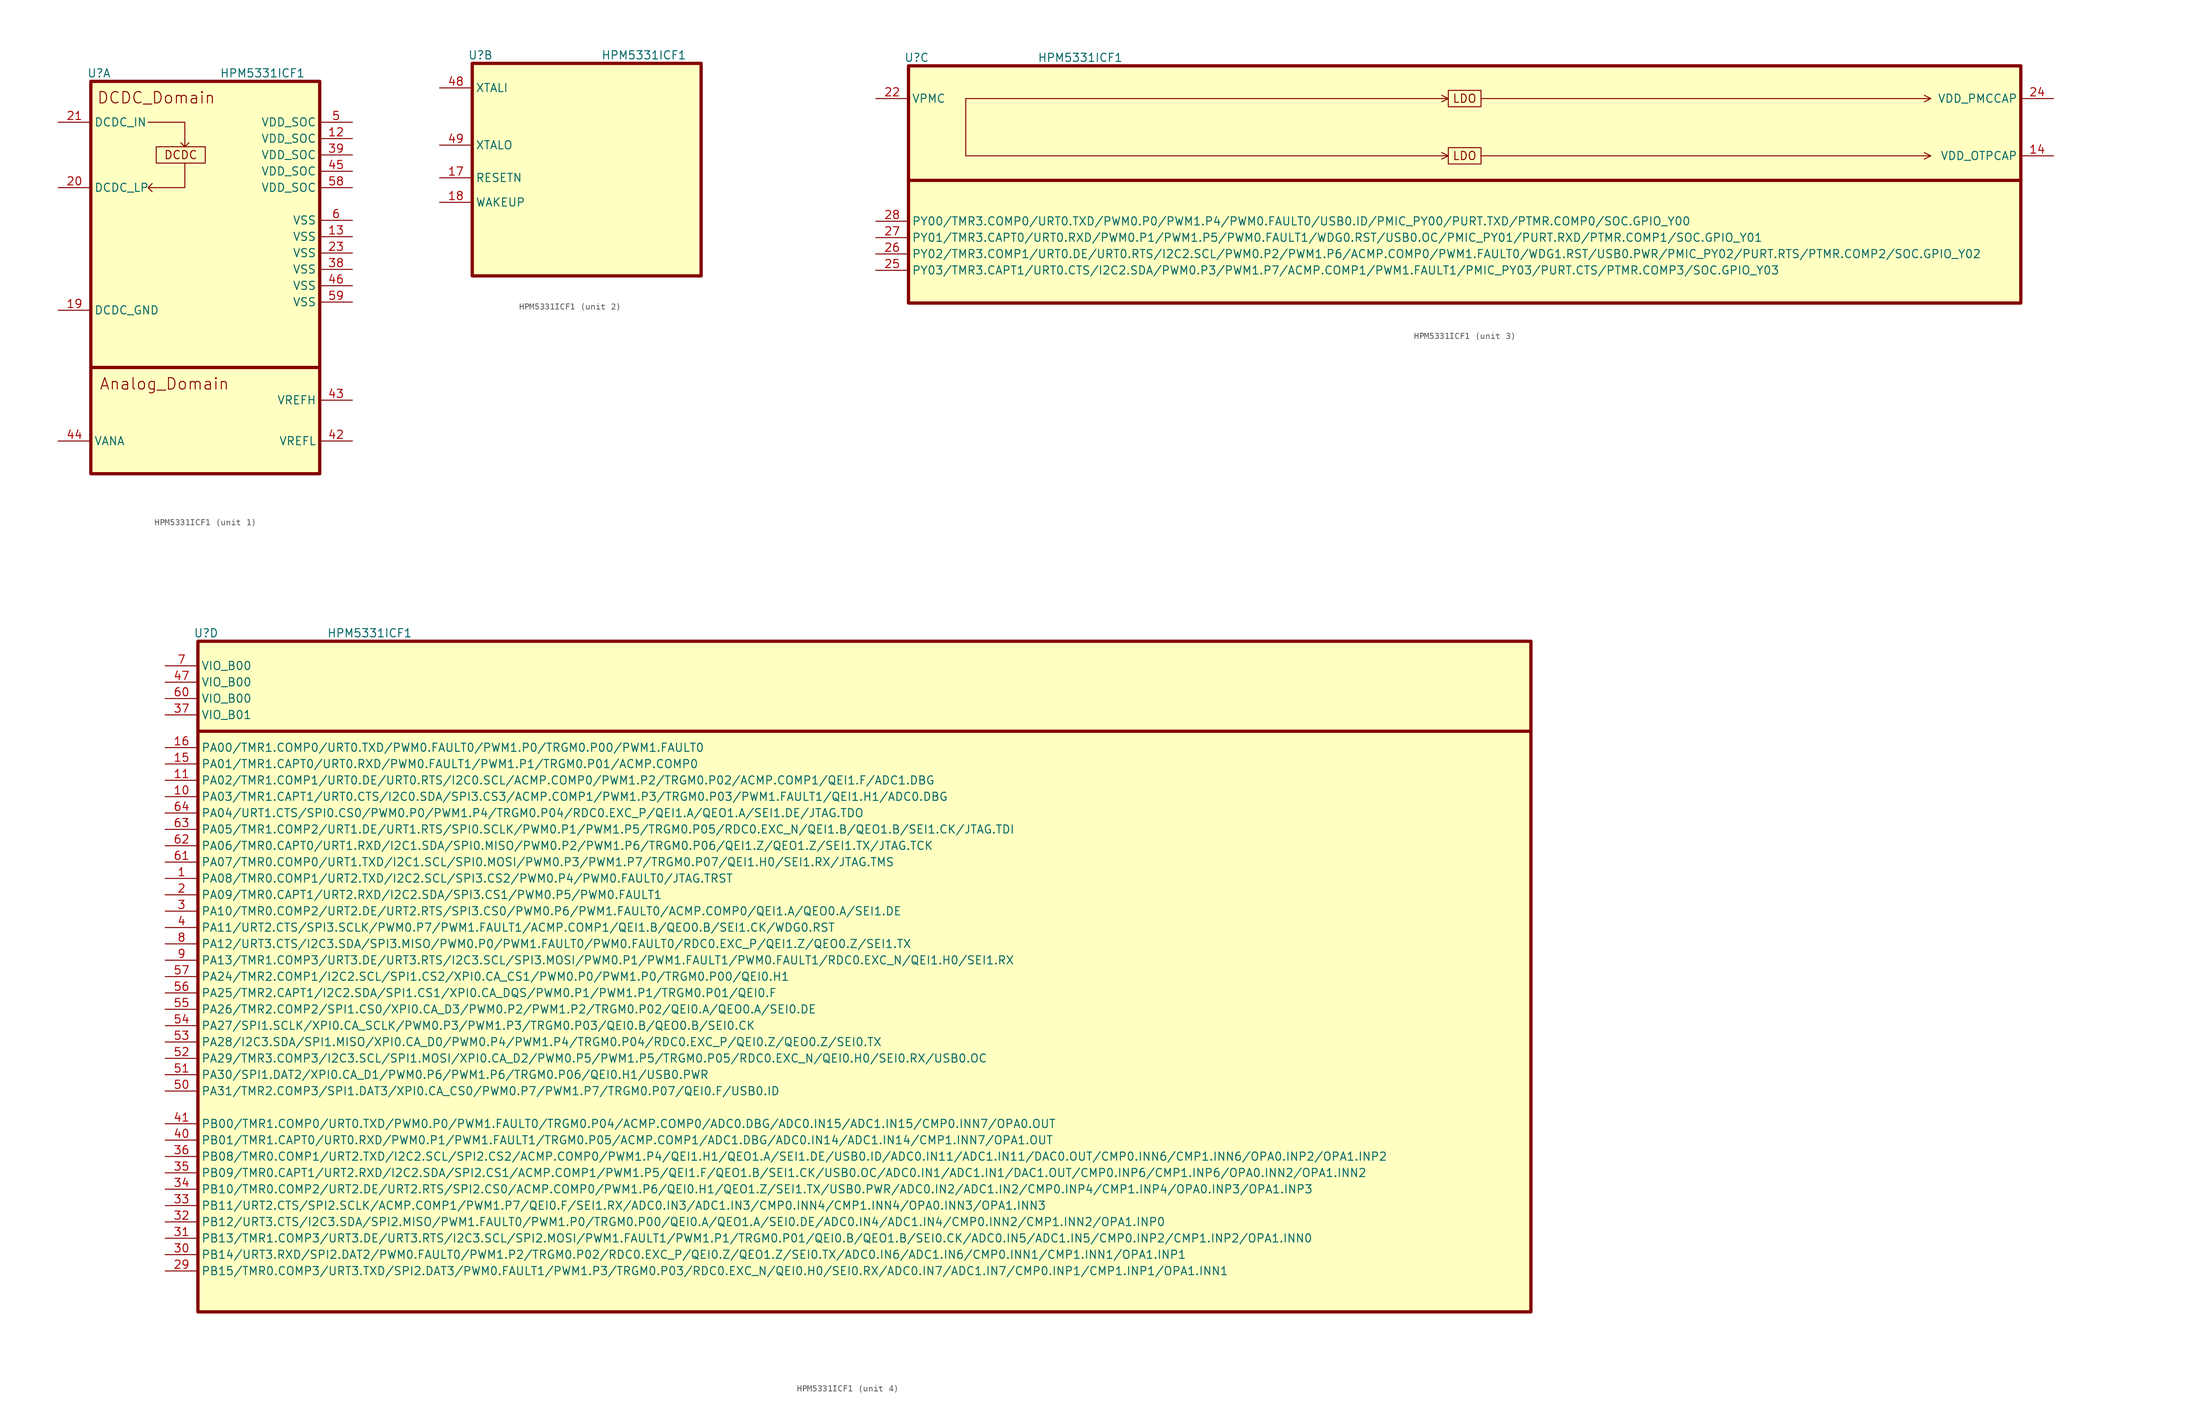
<source format=kicad_sym>
(kicad_symbol_lib
  (version 20220914)
  (generator kicad_symbol_editor)
  (symbol "HPM5331ICF1"
    (property "Reference" "U"
      (at 1.27 1.27 0)
      (effects (font (size 1.27 1.27))))
    (property "Value" "HPM5331ICF1"
      (at 26.67 1.27 0)
      (effects (font (size 1.27 1.27))))
    (property "ki_locked" ""
      (at 0 0 0)
      (effects (font (size 1.27 1.27))))
    (symbol "HPM5331ICF1_1_1"
      (polyline (pts (xy 0 -44.45) (xy 35.56 -44.45)) (stroke (width 0.508) (type default)) (fill (type none)))
      (polyline (pts (xy 8.89 -6.35) (xy 14.605 -6.35) (xy 14.605 -10.16) (xy 13.97 -9.525) (xy 14.605 -10.16) (xy 15.24 -9.525)) (stroke (width 0) (type default)) (fill (type none)))
      (polyline (pts (xy 14.605 -12.7) (xy 14.605 -16.51) (xy 8.89 -16.51) (xy 9.525 -15.875) (xy 8.89 -16.51) (xy 9.525 -17.145)) (stroke (width 0) (type default)) (fill (type none)))
      (rectangle (start 0 0) (end 35.56 -60.96) (stroke (width 0.508) (type default)) (fill (type background)))
      (rectangle (start 10.16 -10.16) (end 17.78 -12.7) (stroke (width 0) (type default)) (fill (type none)))
      (text "Analog_Domain" (at 11.43 -46.99 0) (effects (font (size 1.778 1.778))))
      (text "DCDC" (at 13.97 -11.43 0) (effects (font (size 1.27 1.27))))
      (text "DCDC_Domain" (at 10.16 -2.54 0) (effects (font (size 1.778 1.778))))
      (pin power_in line (at 40.64 -8.89 180) (length 5.08) (name "VDD_SOC" (effects (font (size 1.27 1.27)))) (number "12" (effects (font (size 1.27 1.27)))))
      (pin power_in line (at 40.64 -24.13 180) (length 5.08) (name "VSS" (effects (font (size 1.27 1.27)))) (number "13" (effects (font (size 1.27 1.27)))))
      (pin power_in line (at -5.08 -35.56 0) (length 5.08) (name "DCDC_GND" (effects (font (size 1.27 1.27)))) (number "19" (effects (font (size 1.27 1.27)))))
      (pin power_in line (at -5.08 -16.51 0) (length 5.08) (name "DCDC_LP" (effects (font (size 1.27 1.27)))) (number "20" (effects (font (size 1.27 1.27)))))
      (pin power_in line (at -5.08 -6.35 0) (length 5.08) (name "DCDC_IN" (effects (font (size 1.27 1.27)))) (number "21" (effects (font (size 1.27 1.27)))))
      (pin power_in line (at 40.64 -26.67 180) (length 5.08) (name "VSS" (effects (font (size 1.27 1.27)))) (number "23" (effects (font (size 1.27 1.27)))))
      (pin power_in line (at 40.64 -29.21 180) (length 5.08) (name "VSS" (effects (font (size 1.27 1.27)))) (number "38" (effects (font (size 1.27 1.27)))))
      (pin power_in line (at 40.64 -11.43 180) (length 5.08) (name "VDD_SOC" (effects (font (size 1.27 1.27)))) (number "39" (effects (font (size 1.27 1.27)))))
      (pin power_in line (at 40.64 -55.88 180) (length 5.08) (name "VREFL" (effects (font (size 1.27 1.27)))) (number "42" (effects (font (size 1.27 1.27)))))
      (pin power_in line (at 40.64 -49.53 180) (length 5.08) (name "VREFH" (effects (font (size 1.27 1.27)))) (number "43" (effects (font (size 1.27 1.27)))))
      (pin power_in line (at -5.08 -55.88 0) (length 5.08) (name "VANA" (effects (font (size 1.27 1.27)))) (number "44" (effects (font (size 1.27 1.27)))))
      (pin power_in line (at 40.64 -13.97 180) (length 5.08) (name "VDD_SOC" (effects (font (size 1.27 1.27)))) (number "45" (effects (font (size 1.27 1.27)))))
      (pin power_in line (at 40.64 -31.75 180) (length 5.08) (name "VSS" (effects (font (size 1.27 1.27)))) (number "46" (effects (font (size 1.27 1.27)))))
      (pin power_in line (at 40.64 -6.35 180) (length 5.08) (name "VDD_SOC" (effects (font (size 1.27 1.27)))) (number "5" (effects (font (size 1.27 1.27)))))
      (pin power_in line (at 40.64 -16.51 180) (length 5.08) (name "VDD_SOC" (effects (font (size 1.27 1.27)))) (number "58" (effects (font (size 1.27 1.27)))))
      (pin bidirectional line (at 40.64 -34.29 180) (length 5.08) (name "VSS" (effects (font (size 1.27 1.27)))) (number "59" (effects (font (size 1.27 1.27)))))
      (pin power_in line (at 40.64 -21.59 180) (length 5.08) (name "VSS" (effects (font (size 1.27 1.27)))) (number "6" (effects (font (size 1.27 1.27))))))
    (symbol "HPM5331ICF1_2_1"
      (rectangle (start 0 0) (end 35.56 -33.02) (stroke (width 0.508) (type default)) (fill (type background)))
      (pin input line (at -5.08 -17.78 0) (length 5.08) (name "RESETN" (effects (font (size 1.27 1.27)))) (number "17" (effects (font (size 1.27 1.27)))))
      (pin input line (at -5.08 -21.59 0) (length 5.08) (name "WAKEUP" (effects (font (size 1.27 1.27)))) (number "18" (effects (font (size 1.27 1.27)))))
      (pin input line (at -5.08 -3.81 0) (length 5.08) (name "XTALI" (effects (font (size 1.27 1.27)))) (number "48" (effects (font (size 1.27 1.27)))))
      (pin output line (at -5.08 -12.7 0) (length 5.08) (name "XTALO" (effects (font (size 1.27 1.27)))) (number "49" (effects (font (size 1.27 1.27))))))
    (symbol "HPM5331ICF1_3_0"
      (polyline (pts (xy 8.89 -13.97) (xy 83.82 -13.97) (xy 82.804 -13.462) (xy 83.82 -13.97) (xy 82.804 -14.478)) (stroke (width 0) (type default)) (fill (type none)))
      (polyline (pts (xy 8.89 -5.08) (xy 83.82 -5.08) (xy 82.804 -4.572) (xy 83.82 -5.08) (xy 82.804 -5.588)) (stroke (width 0) (type default)) (fill (type none)))
      (polyline (pts (xy 88.9 -13.97) (xy 158.75 -13.97) (xy 157.734 -13.462) (xy 158.75 -13.97) (xy 157.734 -14.478)) (stroke (width 0) (type default)) (fill (type none)))
      (polyline (pts (xy 88.9 -5.08) (xy 158.75 -5.08) (xy 157.734 -4.572) (xy 158.75 -5.08) (xy 157.734 -5.588)) (stroke (width 0) (type default)) (fill (type none))))
    (symbol "HPM5331ICF1_3_1"
      (polyline (pts (xy 0 -17.78) (xy 172.72 -17.78)) (stroke (width 0.508) (type default)) (fill (type none)))
      (polyline (pts (xy 8.89 -12.7) (xy 8.89 -5.08) (xy 8.89 -13.97)) (stroke (width 0) (type default)) (fill (type none)))
      (rectangle (start 0 0) (end 172.72 -36.83) (stroke (width 0.508) (type default)) (fill (type background)))
      (rectangle (start 83.82 -12.7) (end 88.9 -15.24) (stroke (width 0) (type default)) (fill (type none)))
      (rectangle (start 83.82 -3.81) (end 88.9 -6.35) (stroke (width 0) (type default)) (fill (type none)))
      (text "LDO" (at 86.36 -13.97 0) (effects (font (size 1.27 1.27))))
      (text "LDO" (at 86.36 -5.08 0) (effects (font (size 1.27 1.27))))
      (pin power_out line (at 177.8 -13.97 180) (length 5.08) (name "VDD_OTPCAP" (effects (font (size 1.27 1.27)))) (number "14" (effects (font (size 1.27 1.27)))))
      (pin power_in line (at -5.08 -5.08 0) (length 5.08) (name "VPMC" (effects (font (size 1.27 1.27)))) (number "22" (effects (font (size 1.27 1.27)))))
      (pin power_out line (at 177.8 -5.08 180) (length 5.08) (name "VDD_PMCCAP" (effects (font (size 1.27 1.27)))) (number "24" (effects (font (size 1.27 1.27)))))
      (pin bidirectional line (at -5.08 -31.75 0) (length 5.08) (name "PY03/TMR3.CAPT1/URT0.CTS/I2C2.SDA/PWM0.P3/PWM1.P7/ACMP.COMP1/PWM1.FAULT1/PMIC_PY03/PURT.CTS/PTMR.COMP3/SOC.GPIO_Y03" (effects (font (size 1.27 1.27)))) (number "25" (effects (font (size 1.27 1.27)))))
      (pin bidirectional line (at -5.08 -29.21 0) (length 5.08) (name "PY02/TMR3.COMP1/URT0.DE/URT0.RTS/I2C2.SCL/PWM0.P2/PWM1.P6/ACMP.COMP0/PWM1.FAULT0/WDG1.RST/USB0.PWR/PMIC_PY02/PURT.RTS/PTMR.COMP2/SOC.GPIO_Y02" (effects (font (size 1.27 1.27)))) (number "26" (effects (font (size 1.27 1.27)))))
      (pin bidirectional line (at -5.08 -26.67 0) (length 5.08) (name "PY01/TMR3.CAPT0/URT0.RXD/PWM0.P1/PWM1.P5/PWM0.FAULT1/WDG0.RST/USB0.OC/PMIC_PY01/PURT.RXD/PTMR.COMP1/SOC.GPIO_Y01" (effects (font (size 1.27 1.27)))) (number "27" (effects (font (size 1.27 1.27)))))
      (pin bidirectional line (at -5.08 -24.13 0) (length 5.08) (name "PY00/TMR3.COMP0/URT0.TXD/PWM0.P0/PWM1.P4/PWM0.FAULT0/USB0.ID/PMIC_PY00/PURT.TXD/PTMR.COMP0/SOC.GPIO_Y00" (effects (font (size 1.27 1.27)))) (number "28" (effects (font (size 1.27 1.27))))))
    (symbol "HPM5331ICF1_4_1"
      (polyline (pts (xy 0 -13.97) (xy 207.01 -13.97)) (stroke (width 0.5) (type default)) (fill (type none)))
      (rectangle (start 0 0) (end 207.01 -104.14) (stroke (width 0.508) (type default)) (fill (type background)))
      (pin bidirectional line (at -5.08 -36.83 0) (length 5.08) (name "PA08/TMR0.COMP1/URT2.TXD/I2C2.SCL/SPI3.CS2/PWM0.P4/PWM0.FAULT0/JTAG.TRST" (effects (font (size 1.27 1.27)))) (number "1" (effects (font (size 1.27 1.27)))))
      (pin bidirectional line (at -5.08 -24.13 0) (length 5.08) (name "PA03/TMR1.CAPT1/URT0.CTS/I2C0.SDA/SPI3.CS3/ACMP.COMP1/PWM1.P3/TRGM0.P03/PWM1.FAULT1/QEI1.H1/ADC0.DBG" (effects (font (size 1.27 1.27)))) (number "10" (effects (font (size 1.27 1.27)))))
      (pin bidirectional line (at -5.08 -21.59 0) (length 5.08) (name "PA02/TMR1.COMP1/URT0.DE/URT0.RTS/I2C0.SCL/ACMP.COMP0/PWM1.P2/TRGM0.P02/ACMP.COMP1/QEI1.F/ADC1.DBG" (effects (font (size 1.27 1.27)))) (number "11" (effects (font (size 1.27 1.27)))))
      (pin bidirectional line (at -5.08 -19.05 0) (length 5.08) (name "PA01/TMR1.CAPT0/URT0.RXD/PWM0.FAULT1/PWM1.P1/TRGM0.P01/ACMP.COMP0" (effects (font (size 1.27 1.27)))) (number "15" (effects (font (size 1.27 1.27)))))
      (pin bidirectional line (at -5.08 -16.51 0) (length 5.08) (name "PA00/TMR1.COMP0/URT0.TXD/PWM0.FAULT0/PWM1.P0/TRGM0.P00/PWM1.FAULT0" (effects (font (size 1.27 1.27)))) (number "16" (effects (font (size 1.27 1.27)))))
      (pin bidirectional line (at -5.08 -39.37 0) (length 5.08) (name "PA09/TMR0.CAPT1/URT2.RXD/I2C2.SDA/SPI3.CS1/PWM0.P5/PWM0.FAULT1" (effects (font (size 1.27 1.27)))) (number "2" (effects (font (size 1.27 1.27)))))
      (pin passive line (at -5.08 -97.79 0) (length 5.08) (name "PB15/TMR0.COMP3/URT3.TXD/SPI2.DAT3/PWM0.FAULT1/PWM1.P3/TRGM0.P03/RDC0.EXC_N/QEI0.H0/SEI0.RX/ADC0.IN7/ADC1.IN7/CMP0.INP1/CMP1.INP1/OPA1.INN1" (effects (font (size 1.27 1.27)))) (number "29" (effects (font (size 1.27 1.27)))))
      (pin bidirectional line (at -5.08 -41.91 0) (length 5.08) (name "PA10/TMR0.COMP2/URT2.DE/URT2.RTS/SPI3.CS0/PWM0.P6/PWM1.FAULT0/ACMP.COMP0/QEI1.A/QEO0.A/SEI1.DE" (effects (font (size 1.27 1.27)))) (number "3" (effects (font (size 1.27 1.27)))))
      (pin bidirectional line (at -5.08 -95.25 0) (length 5.08) (name "PB14/URT3.RXD/SPI2.DAT2/PWM0.FAULT0/PWM1.P2/TRGM0.P02/RDC0.EXC_P/QEI0.Z/QEO1.Z/SEI0.TX/ADC0.IN6/ADC1.IN6/CMP0.INN1/CMP1.INN1/OPA1.INP1" (effects (font (size 1.27 1.27)))) (number "30" (effects (font (size 1.27 1.27)))))
      (pin bidirectional line (at -5.08 -92.71 0) (length 5.08) (name "PB13/TMR1.COMP3/URT3.DE/URT3.RTS/I2C3.SCL/SPI2.MOSI/PWM1.FAULT1/PWM1.P1/TRGM0.P01/QEI0.B/QEO1.B/SEI0.CK/ADC0.IN5/ADC1.IN5/CMP0.INP2/CMP1.INP2/OPA1.INN0" (effects (font (size 1.27 1.27)))) (number "31" (effects (font (size 1.27 1.27)))))
      (pin bidirectional line (at -5.08 -90.17 0) (length 5.08) (name "PB12/URT3.CTS/I2C3.SDA/SPI2.MISO/PWM1.FAULT0/PWM1.P0/TRGM0.P00/QEI0.A/QEO1.A/SEI0.DE/ADC0.IN4/ADC1.IN4/CMP0.INN2/CMP1.INN2/OPA1.INP0" (effects (font (size 1.27 1.27)))) (number "32" (effects (font (size 1.27 1.27)))))
      (pin bidirectional line (at -5.08 -87.63 0) (length 5.08) (name "PB11/URT2.CTS/SPI2.SCLK/ACMP.COMP1/PWM1.P7/QEI0.F/SEI1.RX/ADC0.IN3/ADC1.IN3/CMP0.INN4/CMP1.INN4/OPA0.INN3/OPA1.INN3" (effects (font (size 1.27 1.27)))) (number "33" (effects (font (size 1.27 1.27)))))
      (pin bidirectional line (at -5.08 -85.09 0) (length 5.08) (name "PB10/TMR0.COMP2/URT2.DE/URT2.RTS/SPI2.CS0/ACMP.COMP0/PWM1.P6/QEI0.H1/QEO1.Z/SEI1.TX/USB0.PWR/ADC0.IN2/ADC1.IN2/CMP0.INP4/CMP1.INP4/OPA0.INP3/OPA1.INP3" (effects (font (size 1.27 1.27)))) (number "34" (effects (font (size 1.27 1.27)))))
      (pin bidirectional line (at -5.08 -82.55 0) (length 5.08) (name "PB09/TMR0.CAPT1/URT2.RXD/I2C2.SDA/SPI2.CS1/ACMP.COMP1/PWM1.P5/QEI1.F/QEO1.B/SEI1.CK/USB0.OC/ADC0.IN1/ADC1.IN1/DAC1.OUT/CMP0.INP6/CMP1.INP6/OPA0.INN2/OPA1.INN2" (effects (font (size 1.27 1.27)))) (number "35" (effects (font (size 1.27 1.27)))))
      (pin bidirectional line (at -5.08 -80.01 0) (length 5.08) (name "PB08/TMR0.COMP1/URT2.TXD/I2C2.SCL/SPI2.CS2/ACMP.COMP0/PWM1.P4/QEI1.H1/QEO1.A/SEI1.DE/USB0.ID/ADC0.IN11/ADC1.IN11/DAC0.OUT/CMP0.INN6/CMP1.INN6/OPA0.INP2/OPA1.INP2" (effects (font (size 1.27 1.27)))) (number "36" (effects (font (size 1.27 1.27)))))
      (pin power_in line (at -5.08 -11.43 0) (length 5.08) (name "VIO_B01" (effects (font (size 1.27 1.27)))) (number "37" (effects (font (size 1.27 1.27)))))
      (pin bidirectional line (at -5.08 -44.45 0) (length 5.08) (name "PA11/URT2.CTS/SPI3.SCLK/PWM0.P7/PWM1.FAULT1/ACMP.COMP1/QEI1.B/QEO0.B/SEI1.CK/WDG0.RST" (effects (font (size 1.27 1.27)))) (number "4" (effects (font (size 1.27 1.27)))))
      (pin bidirectional line (at -5.08 -77.47 0) (length 5.08) (name "PB01/TMR1.CAPT0/URT0.RXD/PWM0.P1/PWM1.FAULT1/TRGM0.P05/ACMP.COMP1/ADC1.DBG/ADC0.IN14/ADC1.IN14/CMP1.INN7/OPA1.OUT" (effects (font (size 1.27 1.27)))) (number "40" (effects (font (size 1.27 1.27)))))
      (pin bidirectional line (at -5.08 -74.93 0) (length 5.08) (name "PB00/TMR1.COMP0/URT0.TXD/PWM0.P0/PWM1.FAULT0/TRGM0.P04/ACMP.COMP0/ADC0.DBG/ADC0.IN15/ADC1.IN15/CMP0.INN7/OPA0.OUT" (effects (font (size 1.27 1.27)))) (number "41" (effects (font (size 1.27 1.27)))))
      (pin power_in line (at -5.08 -6.35 0) (length 5.08) (name "VIO_B00" (effects (font (size 1.27 1.27)))) (number "47" (effects (font (size 1.27 1.27)))))
      (pin bidirectional line (at -5.08 -69.85 0) (length 5.08) (name "PA31/TMR2.COMP3/SPI1.DAT3/XPI0.CA_CS0/PWM0.P7/PWM1.P7/TRGM0.P07/QEI0.F/USB0.ID" (effects (font (size 1.27 1.27)))) (number "50" (effects (font (size 1.27 1.27)))))
      (pin bidirectional line (at -5.08 -67.31 0) (length 5.08) (name "PA30/SPI1.DAT2/XPI0.CA_D1/PWM0.P6/PWM1.P6/TRGM0.P06/QEI0.H1/USB0.PWR" (effects (font (size 1.27 1.27)))) (number "51" (effects (font (size 1.27 1.27)))))
      (pin bidirectional line (at -5.08 -64.77 0) (length 5.08) (name "PA29/TMR3.COMP3/I2C3.SCL/SPI1.MOSI/XPI0.CA_D2/PWM0.P5/PWM1.P5/TRGM0.P05/RDC0.EXC_N/QEI0.H0/SEI0.RX/USB0.OC" (effects (font (size 1.27 1.27)))) (number "52" (effects (font (size 1.27 1.27)))))
      (pin bidirectional line (at -5.08 -62.23 0) (length 5.08) (name "PA28/I2C3.SDA/SPI1.MISO/XPI0.CA_D0/PWM0.P4/PWM1.P4/TRGM0.P04/RDC0.EXC_P/QEI0.Z/QEO0.Z/SEI0.TX" (effects (font (size 1.27 1.27)))) (number "53" (effects (font (size 1.27 1.27)))))
      (pin bidirectional line (at -5.08 -59.69 0) (length 5.08) (name "PA27/SPI1.SCLK/XPI0.CA_SCLK/PWM0.P3/PWM1.P3/TRGM0.P03/QEI0.B/QEO0.B/SEI0.CK" (effects (font (size 1.27 1.27)))) (number "54" (effects (font (size 1.27 1.27)))))
      (pin bidirectional line (at -5.08 -57.15 0) (length 5.08) (name "PA26/TMR2.COMP2/SPI1.CS0/XPI0.CA_D3/PWM0.P2/PWM1.P2/TRGM0.P02/QEI0.A/QEO0.A/SEI0.DE" (effects (font (size 1.27 1.27)))) (number "55" (effects (font (size 1.27 1.27)))))
      (pin bidirectional line (at -5.08 -54.61 0) (length 5.08) (name "PA25/TMR2.CAPT1/I2C2.SDA/SPI1.CS1/XPI0.CA_DQS/PWM0.P1/PWM1.P1/TRGM0.P01/QEI0.F" (effects (font (size 1.27 1.27)))) (number "56" (effects (font (size 1.27 1.27)))))
      (pin bidirectional line (at -5.08 -52.07 0) (length 5.08) (name "PA24/TMR2.COMP1/I2C2.SCL/SPI1.CS2/XPI0.CA_CS1/PWM0.P0/PWM1.P0/TRGM0.P00/QEI0.H1" (effects (font (size 1.27 1.27)))) (number "57" (effects (font (size 1.27 1.27)))))
      (pin power_in line (at -5.08 -8.89 0) (length 5.08) (name "VIO_B00" (effects (font (size 1.27 1.27)))) (number "60" (effects (font (size 1.27 1.27)))))
      (pin bidirectional line (at -5.08 -34.29 0) (length 5.08) (name "PA07/TMR0.COMP0/URT1.TXD/I2C1.SCL/SPI0.MOSI/PWM0.P3/PWM1.P7/TRGM0.P07/QEI1.H0/SEI1.RX/JTAG.TMS" (effects (font (size 1.27 1.27)))) (number "61" (effects (font (size 1.27 1.27)))))
      (pin bidirectional line (at -5.08 -31.75 0) (length 5.08) (name "PA06/TMR0.CAPT0/URT1.RXD/I2C1.SDA/SPI0.MISO/PWM0.P2/PWM1.P6/TRGM0.P06/QEI1.Z/QEO1.Z/SEI1.TX/JTAG.TCK" (effects (font (size 1.27 1.27)))) (number "62" (effects (font (size 1.27 1.27)))))
      (pin bidirectional line (at -5.08 -29.21 0) (length 5.08) (name "PA05/TMR1.COMP2/URT1.DE/URT1.RTS/SPI0.SCLK/PWM0.P1/PWM1.P5/TRGM0.P05/RDC0.EXC_N/QEI1.B/QEO1.B/SEI1.CK/JTAG.TDI" (effects (font (size 1.27 1.27)))) (number "63" (effects (font (size 1.27 1.27)))))
      (pin bidirectional line (at -5.08 -26.67 0) (length 5.08) (name "PA04/URT1.CTS/SPI0.CS0/PWM0.P0/PWM1.P4/TRGM0.P04/RDC0.EXC_P/QEI1.A/QEO1.A/SEI1.DE/JTAG.TDO" (effects (font (size 1.27 1.27)))) (number "64" (effects (font (size 1.27 1.27)))))
      (pin power_in line (at -5.08 -3.81 0) (length 5.08) (name "VIO_B00" (effects (font (size 1.27 1.27)))) (number "7" (effects (font (size 1.27 1.27)))))
      (pin bidirectional line (at -5.08 -46.99 0) (length 5.08) (name "PA12/URT3.CTS/I2C3.SDA/SPI3.MISO/PWM0.P0/PWM1.FAULT0/PWM0.FAULT0/RDC0.EXC_P/QEI1.Z/QEO0.Z/SEI1.TX" (effects (font (size 1.27 1.27)))) (number "8" (effects (font (size 1.27 1.27)))))
      (pin bidirectional line (at -5.08 -49.53 0) (length 5.08) (name "PA13/TMR1.COMP3/URT3.DE/URT3.RTS/I2C3.SCL/SPI3.MOSI/PWM0.P1/PWM1.FAULT1/PWM0.FAULT1/RDC0.EXC_N/QEI1.H0/SEI1.RX" (effects (font (size 1.27 1.27)))) (number "9" (effects (font (size 1.27 1.27))))))))
</source>
